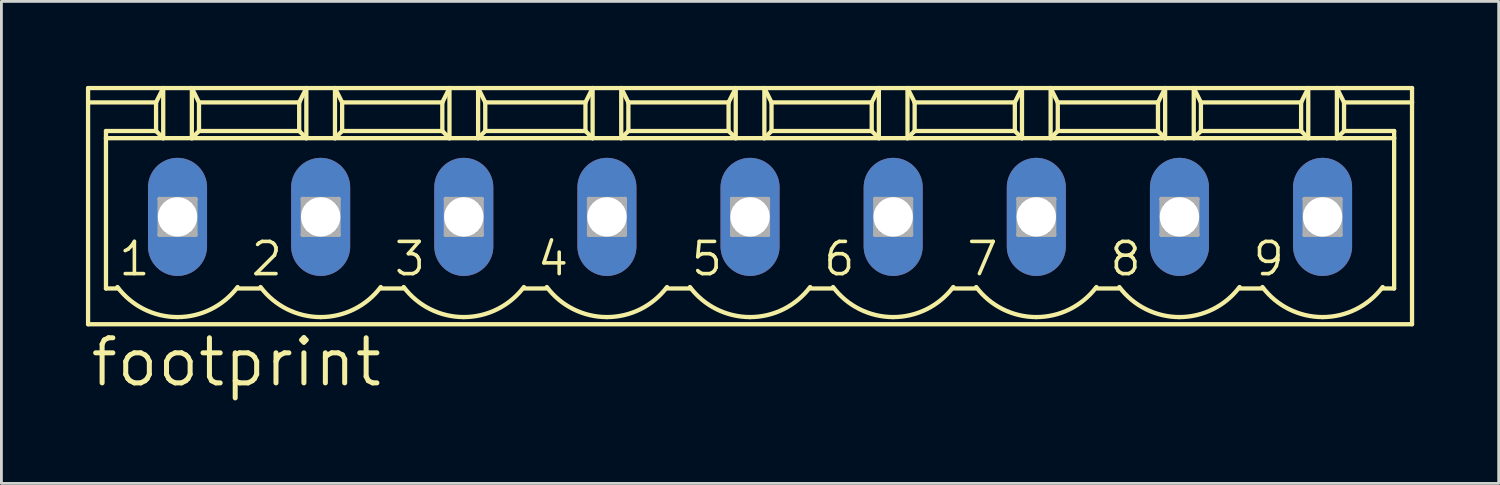
<source format=kicad_pcb>
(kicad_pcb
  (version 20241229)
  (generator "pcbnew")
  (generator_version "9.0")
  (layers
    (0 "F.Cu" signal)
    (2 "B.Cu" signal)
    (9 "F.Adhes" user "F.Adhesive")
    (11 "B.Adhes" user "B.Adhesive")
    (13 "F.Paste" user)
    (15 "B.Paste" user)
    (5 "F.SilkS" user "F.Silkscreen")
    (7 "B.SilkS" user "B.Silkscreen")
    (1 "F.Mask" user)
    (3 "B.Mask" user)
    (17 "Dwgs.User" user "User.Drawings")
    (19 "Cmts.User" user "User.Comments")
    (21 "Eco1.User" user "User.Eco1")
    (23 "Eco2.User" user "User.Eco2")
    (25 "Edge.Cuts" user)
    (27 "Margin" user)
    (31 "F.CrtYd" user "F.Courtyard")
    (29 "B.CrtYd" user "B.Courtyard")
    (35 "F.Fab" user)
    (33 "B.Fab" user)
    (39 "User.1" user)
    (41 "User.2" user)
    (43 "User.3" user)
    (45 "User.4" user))
  (footprint "footprint"
    (layer "F.Cu")
    (at 23.571 4.648)
    (property "Reference" "footprint" (at -23.495 6.096 0) (layer "F.SilkS") (effects (font (size 1.6 1.6) (thickness 0.178)) (justify left bottom)))
    (fp_line (start -23.495 -4.572) (end -23.495 -4.064) (stroke (width 0.152) (type solid)) (layer "F.SilkS"))
    (fp_line (start -23.495 -4.572) (end -20.828 -4.572) (stroke (width 0.152) (type solid)) (layer "F.SilkS"))
    (fp_line (start -23.495 -4.064) (end -23.495 3.81) (stroke (width 0.152) (type solid)) (layer "F.SilkS"))
    (fp_line (start -23.495 -4.064) (end -21.082 -4.064) (stroke (width 0.152) (type solid)) (layer "F.SilkS"))
    (fp_line (start -23.495 3.81) (end 23.495 3.81) (stroke (width 0.152) (type solid)) (layer "F.SilkS"))
    (fp_line (start -22.86 -2.794) (end -22.86 -3.048) (stroke (width 0.152) (type solid)) (layer "F.SilkS"))
    (fp_line (start -22.86 -2.794) (end -20.828 -2.794) (stroke (width 0.152) (type solid)) (layer "F.SilkS"))
    (fp_line (start -22.86 2.54) (end -22.86 -2.794) (stroke (width 0.152) (type solid)) (layer "F.SilkS"))
    (fp_line (start -22.86 2.54) (end -22.428 2.54) (stroke (width 0.152) (type solid)) (layer "F.SilkS"))
    (fp_line (start -21.082 -4.064) (end -21.082 -3.048) (stroke (width 0.152) (type solid)) (layer "F.SilkS"))
    (fp_line (start -21.082 -4.064) (end -20.828 -4.572) (stroke (width 0.152) (type solid)) (layer "F.SilkS"))
    (fp_line (start -21.082 -3.048) (end -22.86 -3.048) (stroke (width 0.152) (type solid)) (layer "F.SilkS"))
    (fp_line (start -21.082 -3.048) (end -20.828 -2.794) (stroke (width 0.152) (type solid)) (layer "F.SilkS"))
    (fp_line (start -20.828 -4.572) (end -19.812 -4.572) (stroke (width 0.152) (type solid)) (layer "F.SilkS"))
    (fp_line (start -20.828 -2.794) (end -20.828 -4.572) (stroke (width 0.152) (type solid)) (layer "F.SilkS"))
    (fp_line (start -20.828 -2.794) (end -19.812 -2.794) (stroke (width 0.152) (type solid)) (layer "F.SilkS"))
    (fp_line (start -19.812 -4.572) (end -19.558 -4.064) (stroke (width 0.152) (type solid)) (layer "F.SilkS"))
    (fp_line (start -19.812 -4.572) (end -15.748 -4.572) (stroke (width 0.152) (type solid)) (layer "F.SilkS"))
    (fp_line (start -19.812 -2.794) (end -19.812 -4.572) (stroke (width 0.152) (type solid)) (layer "F.SilkS"))
    (fp_line (start -19.812 -2.794) (end -15.748 -2.794) (stroke (width 0.152) (type solid)) (layer "F.SilkS"))
    (fp_line (start -19.558 -4.064) (end -19.558 -3.048) (stroke (width 0.152) (type solid)) (layer "F.SilkS"))
    (fp_line (start -19.558 -4.064) (end -16.002 -4.064) (stroke (width 0.152) (type solid)) (layer "F.SilkS"))
    (fp_line (start -19.558 -3.048) (end -19.812 -2.794) (stroke (width 0.152) (type solid)) (layer "F.SilkS"))
    (fp_line (start -18.161 2.54) (end -17.399 2.54) (stroke (width 0.152) (type solid)) (layer "F.SilkS"))
    (fp_line (start -16.002 -4.064) (end -16.002 -3.048) (stroke (width 0.152) (type solid)) (layer "F.SilkS"))
    (fp_line (start -16.002 -4.064) (end -15.748 -4.572) (stroke (width 0.152) (type solid)) (layer "F.SilkS"))
    (fp_line (start -16.002 -3.048) (end -19.558 -3.048) (stroke (width 0.152) (type solid)) (layer "F.SilkS"))
    (fp_line (start -16.002 -3.048) (end -15.748 -2.794) (stroke (width 0.152) (type solid)) (layer "F.SilkS"))
    (fp_line (start -15.748 -4.572) (end -14.732 -4.572) (stroke (width 0.152) (type solid)) (layer "F.SilkS"))
    (fp_line (start -15.748 -2.794) (end -15.748 -4.572) (stroke (width 0.152) (type solid)) (layer "F.SilkS"))
    (fp_line (start -15.748 -2.794) (end -14.732 -2.794) (stroke (width 0.152) (type solid)) (layer "F.SilkS"))
    (fp_line (start -14.732 -4.572) (end -14.478 -4.064) (stroke (width 0.152) (type solid)) (layer "F.SilkS"))
    (fp_line (start -14.732 -4.572) (end -10.668 -4.572) (stroke (width 0.152) (type solid)) (layer "F.SilkS"))
    (fp_line (start -14.732 -2.794) (end -14.732 -4.572) (stroke (width 0.152) (type solid)) (layer "F.SilkS"))
    (fp_line (start -14.732 -2.794) (end -10.668 -2.794) (stroke (width 0.152) (type solid)) (layer "F.SilkS"))
    (fp_line (start -14.478 -4.064) (end -14.478 -3.048) (stroke (width 0.152) (type solid)) (layer "F.SilkS"))
    (fp_line (start -14.478 -4.064) (end -10.922 -4.064) (stroke (width 0.152) (type solid)) (layer "F.SilkS"))
    (fp_line (start -14.478 -3.048) (end -14.732 -2.794) (stroke (width 0.152) (type solid)) (layer "F.SilkS"))
    (fp_line (start -13.081 2.54) (end -12.319 2.54) (stroke (width 0.152) (type solid)) (layer "F.SilkS"))
    (fp_line (start -10.922 -4.064) (end -10.922 -3.048) (stroke (width 0.152) (type solid)) (layer "F.SilkS"))
    (fp_line (start -10.922 -4.064) (end -10.668 -4.572) (stroke (width 0.152) (type solid)) (layer "F.SilkS"))
    (fp_line (start -10.922 -3.048) (end -14.478 -3.048) (stroke (width 0.152) (type solid)) (layer "F.SilkS"))
    (fp_line (start -10.922 -3.048) (end -10.668 -2.794) (stroke (width 0.152) (type solid)) (layer "F.SilkS"))
    (fp_line (start -10.668 -4.572) (end -9.652 -4.572) (stroke (width 0.152) (type solid)) (layer "F.SilkS"))
    (fp_line (start -10.668 -2.794) (end -10.668 -4.572) (stroke (width 0.152) (type solid)) (layer "F.SilkS"))
    (fp_line (start -10.668 -2.794) (end -9.652 -2.794) (stroke (width 0.152) (type solid)) (layer "F.SilkS"))
    (fp_line (start -9.652 -4.572) (end -9.398 -4.064) (stroke (width 0.152) (type solid)) (layer "F.SilkS"))
    (fp_line (start -9.652 -4.572) (end -5.588 -4.572) (stroke (width 0.152) (type solid)) (layer "F.SilkS"))
    (fp_line (start -9.652 -2.794) (end -9.652 -4.572) (stroke (width 0.152) (type solid)) (layer "F.SilkS"))
    (fp_line (start -9.652 -2.794) (end -5.588 -2.794) (stroke (width 0.152) (type solid)) (layer "F.SilkS"))
    (fp_line (start -9.398 -4.064) (end -9.398 -3.048) (stroke (width 0.152) (type solid)) (layer "F.SilkS"))
    (fp_line (start -9.398 -4.064) (end -5.842 -4.064) (stroke (width 0.152) (type solid)) (layer "F.SilkS"))
    (fp_line (start -9.398 -3.048) (end -9.652 -2.794) (stroke (width 0.152) (type solid)) (layer "F.SilkS"))
    (fp_line (start -9.398 -3.048) (end -5.842 -3.048) (stroke (width 0.152) (type solid)) (layer "F.SilkS"))
    (fp_line (start -8.001 2.54) (end -7.239 2.54) (stroke (width 0.152) (type solid)) (layer "F.SilkS"))
    (fp_line (start -5.842 -4.064) (end -5.842 -3.048) (stroke (width 0.152) (type solid)) (layer "F.SilkS"))
    (fp_line (start -5.842 -4.064) (end -5.588 -4.572) (stroke (width 0.152) (type solid)) (layer "F.SilkS"))
    (fp_line (start -5.842 -3.048) (end -5.588 -2.794) (stroke (width 0.152) (type solid)) (layer "F.SilkS"))
    (fp_line (start -5.588 -4.572) (end -4.572 -4.572) (stroke (width 0.152) (type solid)) (layer "F.SilkS"))
    (fp_line (start -5.588 -2.794) (end -5.588 -4.572) (stroke (width 0.152) (type solid)) (layer "F.SilkS"))
    (fp_line (start -5.588 -2.794) (end -4.572 -2.794) (stroke (width 0.152) (type solid)) (layer "F.SilkS"))
    (fp_line (start -4.572 -4.572) (end -4.318 -4.064) (stroke (width 0.152) (type solid)) (layer "F.SilkS"))
    (fp_line (start -4.572 -4.572) (end -0.508 -4.572) (stroke (width 0.152) (type solid)) (layer "F.SilkS"))
    (fp_line (start -4.572 -2.794) (end -4.572 -4.572) (stroke (width 0.152) (type solid)) (layer "F.SilkS"))
    (fp_line (start -4.572 -2.794) (end -0.508 -2.794) (stroke (width 0.152) (type solid)) (layer "F.SilkS"))
    (fp_line (start -4.318 -4.064) (end -4.318 -3.048) (stroke (width 0.152) (type solid)) (layer "F.SilkS"))
    (fp_line (start -4.318 -4.064) (end -0.762 -4.064) (stroke (width 0.152) (type solid)) (layer "F.SilkS"))
    (fp_line (start -4.318 -3.048) (end -4.572 -2.794) (stroke (width 0.152) (type solid)) (layer "F.SilkS"))
    (fp_line (start -2.972 2.54) (end -2.108 2.54) (stroke (width 0.152) (type solid)) (layer "F.SilkS"))
    (fp_line (start -0.762 -4.064) (end -0.762 -3.048) (stroke (width 0.152) (type solid)) (layer "F.SilkS"))
    (fp_line (start -0.762 -4.064) (end -0.508 -4.572) (stroke (width 0.152) (type solid)) (layer "F.SilkS"))
    (fp_line (start -0.762 -3.048) (end -4.318 -3.048) (stroke (width 0.152) (type solid)) (layer "F.SilkS"))
    (fp_line (start -0.762 -3.048) (end -0.508 -2.794) (stroke (width 0.152) (type solid)) (layer "F.SilkS"))
    (fp_line (start -0.508 -4.572) (end 0.508 -4.572) (stroke (width 0.152) (type solid)) (layer "F.SilkS"))
    (fp_line (start -0.508 -2.794) (end -0.508 -4.572) (stroke (width 0.152) (type solid)) (layer "F.SilkS"))
    (fp_line (start -0.508 -2.794) (end 0.508 -2.794) (stroke (width 0.152) (type solid)) (layer "F.SilkS"))
    (fp_line (start 0.508 -4.572) (end 0.762 -4.064) (stroke (width 0.152) (type solid)) (layer "F.SilkS"))
    (fp_line (start 0.508 -4.572) (end 4.572 -4.572) (stroke (width 0.152) (type solid)) (layer "F.SilkS"))
    (fp_line (start 0.508 -2.794) (end 0.508 -4.572) (stroke (width 0.152) (type solid)) (layer "F.SilkS"))
    (fp_line (start 0.508 -2.794) (end 4.572 -2.794) (stroke (width 0.152) (type solid)) (layer "F.SilkS"))
    (fp_line (start 0.762 -4.064) (end 0.762 -3.048) (stroke (width 0.152) (type solid)) (layer "F.SilkS"))
    (fp_line (start 0.762 -4.064) (end 4.318 -4.064) (stroke (width 0.152) (type solid)) (layer "F.SilkS"))
    (fp_line (start 0.762 -3.048) (end 0.508 -2.794) (stroke (width 0.152) (type solid)) (layer "F.SilkS"))
    (fp_line (start 2.159 2.54) (end 2.921 2.54) (stroke (width 0.152) (type solid)) (layer "F.SilkS"))
    (fp_line (start 4.318 -4.064) (end 4.318 -3.048) (stroke (width 0.152) (type solid)) (layer "F.SilkS"))
    (fp_line (start 4.318 -4.064) (end 4.572 -4.572) (stroke (width 0.152) (type solid)) (layer "F.SilkS"))
    (fp_line (start 4.318 -3.048) (end 0.762 -3.048) (stroke (width 0.152) (type solid)) (layer "F.SilkS"))
    (fp_line (start 4.318 -3.048) (end 4.572 -2.794) (stroke (width 0.152) (type solid)) (layer "F.SilkS"))
    (fp_line (start 4.572 -4.572) (end 5.588 -4.572) (stroke (width 0.152) (type solid)) (layer "F.SilkS"))
    (fp_line (start 4.572 -2.794) (end 4.572 -4.572) (stroke (width 0.152) (type solid)) (layer "F.SilkS"))
    (fp_line (start 4.572 -2.794) (end 5.588 -2.794) (stroke (width 0.152) (type solid)) (layer "F.SilkS"))
    (fp_line (start 5.588 -4.572) (end 5.842 -4.064) (stroke (width 0.152) (type solid)) (layer "F.SilkS"))
    (fp_line (start 5.588 -4.572) (end 9.652 -4.572) (stroke (width 0.152) (type solid)) (layer "F.SilkS"))
    (fp_line (start 5.588 -2.794) (end 5.588 -4.572) (stroke (width 0.152) (type solid)) (layer "F.SilkS"))
    (fp_line (start 5.588 -2.794) (end 9.652 -2.794) (stroke (width 0.152) (type solid)) (layer "F.SilkS"))
    (fp_line (start 5.842 -4.064) (end 5.842 -3.048) (stroke (width 0.152) (type solid)) (layer "F.SilkS"))
    (fp_line (start 5.842 -4.064) (end 9.398 -4.064) (stroke (width 0.152) (type solid)) (layer "F.SilkS"))
    (fp_line (start 5.842 -3.048) (end 5.588 -2.794) (stroke (width 0.152) (type solid)) (layer "F.SilkS"))
    (fp_line (start 7.239 2.54) (end 8.001 2.54) (stroke (width 0.152) (type solid)) (layer "F.SilkS"))
    (fp_line (start 9.398 -4.064) (end 9.398 -3.048) (stroke (width 0.152) (type solid)) (layer "F.SilkS"))
    (fp_line (start 9.398 -4.064) (end 9.652 -4.572) (stroke (width 0.152) (type solid)) (layer "F.SilkS"))
    (fp_line (start 9.398 -3.048) (end 5.842 -3.048) (stroke (width 0.152) (type solid)) (layer "F.SilkS"))
    (fp_line (start 9.398 -3.048) (end 9.652 -2.794) (stroke (width 0.152) (type solid)) (layer "F.SilkS"))
    (fp_line (start 9.652 -4.572) (end 10.668 -4.572) (stroke (width 0.152) (type solid)) (layer "F.SilkS"))
    (fp_line (start 9.652 -2.794) (end 9.652 -4.572) (stroke (width 0.152) (type solid)) (layer "F.SilkS"))
    (fp_line (start 9.652 -2.794) (end 10.668 -2.794) (stroke (width 0.152) (type solid)) (layer "F.SilkS"))
    (fp_line (start 10.668 -4.572) (end 10.922 -4.064) (stroke (width 0.152) (type solid)) (layer "F.SilkS"))
    (fp_line (start 10.668 -4.572) (end 14.732 -4.572) (stroke (width 0.152) (type solid)) (layer "F.SilkS"))
    (fp_line (start 10.668 -2.794) (end 10.668 -4.572) (stroke (width 0.152) (type solid)) (layer "F.SilkS"))
    (fp_line (start 10.668 -2.794) (end 14.732 -2.794) (stroke (width 0.152) (type solid)) (layer "F.SilkS"))
    (fp_line (start 10.922 -4.064) (end 10.922 -3.048) (stroke (width 0.152) (type solid)) (layer "F.SilkS"))
    (fp_line (start 10.922 -4.064) (end 14.478 -4.064) (stroke (width 0.152) (type solid)) (layer "F.SilkS"))
    (fp_line (start 10.922 -3.048) (end 10.668 -2.794) (stroke (width 0.152) (type solid)) (layer "F.SilkS"))
    (fp_line (start 10.922 -3.048) (end 14.478 -3.048) (stroke (width 0.152) (type solid)) (layer "F.SilkS"))
    (fp_line (start 12.319 2.54) (end 13.081 2.54) (stroke (width 0.152) (type solid)) (layer "F.SilkS"))
    (fp_line (start 14.478 -4.064) (end 14.478 -3.048) (stroke (width 0.152) (type solid)) (layer "F.SilkS"))
    (fp_line (start 14.478 -4.064) (end 14.732 -4.572) (stroke (width 0.152) (type solid)) (layer "F.SilkS"))
    (fp_line (start 14.478 -3.048) (end 14.732 -2.794) (stroke (width 0.152) (type solid)) (layer "F.SilkS"))
    (fp_line (start 14.732 -4.572) (end 15.748 -4.572) (stroke (width 0.152) (type solid)) (layer "F.SilkS"))
    (fp_line (start 14.732 -2.794) (end 14.732 -4.572) (stroke (width 0.152) (type solid)) (layer "F.SilkS"))
    (fp_line (start 14.732 -2.794) (end 15.748 -2.794) (stroke (width 0.152) (type solid)) (layer "F.SilkS"))
    (fp_line (start 15.748 -4.572) (end 16.002 -4.064) (stroke (width 0.152) (type solid)) (layer "F.SilkS"))
    (fp_line (start 15.748 -4.572) (end 19.812 -4.572) (stroke (width 0.152) (type solid)) (layer "F.SilkS"))
    (fp_line (start 15.748 -2.794) (end 15.748 -4.572) (stroke (width 0.152) (type solid)) (layer "F.SilkS"))
    (fp_line (start 15.748 -2.794) (end 19.812 -2.794) (stroke (width 0.152) (type solid)) (layer "F.SilkS"))
    (fp_line (start 16.002 -4.064) (end 16.002 -3.048) (stroke (width 0.152) (type solid)) (layer "F.SilkS"))
    (fp_line (start 16.002 -4.064) (end 19.558 -4.064) (stroke (width 0.152) (type solid)) (layer "F.SilkS"))
    (fp_line (start 16.002 -3.048) (end 15.748 -2.794) (stroke (width 0.152) (type solid)) (layer "F.SilkS"))
    (fp_line (start 16.002 -3.048) (end 19.558 -3.048) (stroke (width 0.152) (type solid)) (layer "F.SilkS"))
    (fp_line (start 17.399 2.54) (end 18.161 2.54) (stroke (width 0.152) (type solid)) (layer "F.SilkS"))
    (fp_line (start 19.558 -4.064) (end 19.558 -3.048) (stroke (width 0.152) (type solid)) (layer "F.SilkS"))
    (fp_line (start 19.558 -4.064) (end 19.812 -4.572) (stroke (width 0.152) (type solid)) (layer "F.SilkS"))
    (fp_line (start 19.558 -3.048) (end 19.812 -2.794) (stroke (width 0.152) (type solid)) (layer "F.SilkS"))
    (fp_line (start 19.812 -4.572) (end 20.828 -4.572) (stroke (width 0.152) (type solid)) (layer "F.SilkS"))
    (fp_line (start 19.812 -2.794) (end 19.812 -4.572) (stroke (width 0.152) (type solid)) (layer "F.SilkS"))
    (fp_line (start 19.812 -2.794) (end 20.828 -2.794) (stroke (width 0.152) (type solid)) (layer "F.SilkS"))
    (fp_line (start 20.828 -4.572) (end 21.082 -4.064) (stroke (width 0.152) (type solid)) (layer "F.SilkS"))
    (fp_line (start 20.828 -4.572) (end 23.495 -4.572) (stroke (width 0.152) (type solid)) (layer "F.SilkS"))
    (fp_line (start 20.828 -2.794) (end 20.828 -4.572) (stroke (width 0.152) (type solid)) (layer "F.SilkS"))
    (fp_line (start 20.828 -2.794) (end 22.86 -2.794) (stroke (width 0.152) (type solid)) (layer "F.SilkS"))
    (fp_line (start 21.082 -4.064) (end 21.082 -3.048) (stroke (width 0.152) (type solid)) (layer "F.SilkS"))
    (fp_line (start 21.082 -4.064) (end 23.495 -4.064) (stroke (width 0.152) (type solid)) (layer "F.SilkS"))
    (fp_line (start 21.082 -3.048) (end 20.828 -2.794) (stroke (width 0.152) (type solid)) (layer "F.SilkS"))
    (fp_line (start 21.082 -3.048) (end 22.86 -3.048) (stroke (width 0.152) (type solid)) (layer "F.SilkS"))
    (fp_line (start 22.428 2.54) (end 22.86 2.54) (stroke (width 0.152) (type solid)) (layer "F.SilkS"))
    (fp_line (start 22.86 -3.048) (end 22.86 -2.794) (stroke (width 0.152) (type solid)) (layer "F.SilkS"))
    (fp_line (start 22.86 -2.794) (end 22.86 2.54) (stroke (width 0.152) (type solid)) (layer "F.SilkS"))
    (fp_line (start 23.495 -4.064) (end 23.495 -4.572) (stroke (width 0.152) (type solid)) (layer "F.SilkS"))
    (fp_line (start 23.495 3.81) (end 23.495 -4.064) (stroke (width 0.152) (type solid)) (layer "F.SilkS"))
    (fp_arc (start -20.319999 3.556) (mid -21.512718 3.274437) (end -22.4536 2.4892) (stroke (width 0.1524) (type solid)) (layer "F.SilkS"))
    (fp_arc (start -18.186399 2.4892) (mid -19.127281 3.274438) (end -20.32 3.556) (stroke (width 0.1524) (type solid)) (layer "F.SilkS"))
    (fp_arc (start -15.239999 3.556) (mid -16.432718 3.274437) (end -17.3736 2.4892) (stroke (width 0.1524) (type solid)) (layer "F.SilkS"))
    (fp_arc (start -13.106399 2.4892) (mid -14.047281 3.274438) (end -15.24 3.556) (stroke (width 0.1524) (type solid)) (layer "F.SilkS"))
    (fp_arc (start -10.159999 3.556) (mid -11.352718 3.274437) (end -12.2936 2.4892) (stroke (width 0.1524) (type solid)) (layer "F.SilkS"))
    (fp_arc (start -8.026399 2.4892) (mid -8.967281 3.274438) (end -10.16 3.556) (stroke (width 0.1524) (type solid)) (layer "F.SilkS"))
    (fp_arc (start -5.079999 3.556) (mid -6.272718 3.274437) (end -7.2136 2.4892) (stroke (width 0.1524) (type solid)) (layer "F.SilkS"))
    (fp_arc (start -2.946399 2.4892) (mid -3.887281 3.274438) (end -5.08 3.556) (stroke (width 0.1524) (type solid)) (layer "F.SilkS"))
    (fp_arc (start 0.000001 3.556) (mid -1.192718 3.274438) (end -2.1336 2.4892) (stroke (width 0.1524) (type solid)) (layer "F.SilkS"))
    (fp_arc (start 2.133601 2.4892) (mid 1.192719 3.274438) (end 0 3.556) (stroke (width 0.1524) (type solid)) (layer "F.SilkS"))
    (fp_arc (start 5.080001 3.556) (mid 3.887282 3.274438) (end 2.9464 2.4892) (stroke (width 0.1524) (type solid)) (layer "F.SilkS"))
    (fp_arc (start 7.2136 2.489199) (mid 6.272719 3.274437) (end 5.08 3.556) (stroke (width 0.1524) (type solid)) (layer "F.SilkS"))
    (fp_arc (start 10.160001 3.556) (mid 8.967282 3.274438) (end 8.0264 2.4892) (stroke (width 0.1524) (type solid)) (layer "F.SilkS"))
    (fp_arc (start 12.2936 2.489199) (mid 11.352719 3.274437) (end 10.16 3.556) (stroke (width 0.1524) (type solid)) (layer "F.SilkS"))
    (fp_arc (start 15.240001 3.556) (mid 14.047282 3.274438) (end 13.1064 2.4892) (stroke (width 0.1524) (type solid)) (layer "F.SilkS"))
    (fp_arc (start 17.3736 2.489199) (mid 16.432719 3.274437) (end 15.24 3.556) (stroke (width 0.1524) (type solid)) (layer "F.SilkS"))
    (fp_arc (start 20.320001 3.556) (mid 19.127282 3.274438) (end 18.1864 2.4892) (stroke (width 0.1524) (type solid)) (layer "F.SilkS"))
    (fp_arc (start 22.4536 2.489199) (mid 21.512719 3.274437) (end 20.32 3.556) (stroke (width 0.1524) (type solid)) (layer "F.SilkS"))
    (fp_line (start -20.955 -0.635) (end -20.955 0.635) (stroke (width 0.152) (type solid)) (layer "F.Fab"))
    (fp_line (start -20.955 -0.635) (end -19.685 0.635) (stroke (width 0.152) (type solid)) (layer "F.Fab"))
    (fp_line (start -20.955 0.635) (end -19.685 -0.635) (stroke (width 0.152) (type solid)) (layer "F.Fab"))
    (fp_line (start -20.955 0.635) (end -19.685 0.635) (stroke (width 0.152) (type solid)) (layer "F.Fab"))
    (fp_line (start -19.685 -0.635) (end -20.955 -0.635) (stroke (width 0.152) (type solid)) (layer "F.Fab"))
    (fp_line (start -19.685 0.635) (end -19.685 -0.635) (stroke (width 0.152) (type solid)) (layer "F.Fab"))
    (fp_line (start -15.875 -0.635) (end -15.875 0.635) (stroke (width 0.152) (type solid)) (layer "F.Fab"))
    (fp_line (start -15.875 -0.635) (end -14.605 0.635) (stroke (width 0.152) (type solid)) (layer "F.Fab"))
    (fp_line (start -15.875 0.635) (end -14.605 -0.635) (stroke (width 0.152) (type solid)) (layer "F.Fab"))
    (fp_line (start -15.875 0.635) (end -14.605 0.635) (stroke (width 0.152) (type solid)) (layer "F.Fab"))
    (fp_line (start -14.605 -0.635) (end -15.875 -0.635) (stroke (width 0.152) (type solid)) (layer "F.Fab"))
    (fp_line (start -14.605 0.635) (end -14.605 -0.635) (stroke (width 0.152) (type solid)) (layer "F.Fab"))
    (fp_line (start -10.795 -0.635) (end -10.795 0.635) (stroke (width 0.152) (type solid)) (layer "F.Fab"))
    (fp_line (start -10.795 -0.635) (end -9.525 0.635) (stroke (width 0.152) (type solid)) (layer "F.Fab"))
    (fp_line (start -10.795 0.635) (end -9.525 -0.635) (stroke (width 0.152) (type solid)) (layer "F.Fab"))
    (fp_line (start -10.795 0.635) (end -9.525 0.635) (stroke (width 0.152) (type solid)) (layer "F.Fab"))
    (fp_line (start -9.525 -0.635) (end -10.795 -0.635) (stroke (width 0.152) (type solid)) (layer "F.Fab"))
    (fp_line (start -9.525 0.635) (end -9.525 -0.635) (stroke (width 0.152) (type solid)) (layer "F.Fab"))
    (fp_line (start -5.715 -0.635) (end -5.715 0.635) (stroke (width 0.152) (type solid)) (layer "F.Fab"))
    (fp_line (start -5.715 -0.635) (end -4.445 0.635) (stroke (width 0.152) (type solid)) (layer "F.Fab"))
    (fp_line (start -5.715 0.635) (end -4.445 -0.635) (stroke (width 0.152) (type solid)) (layer "F.Fab"))
    (fp_line (start -5.715 0.635) (end -4.445 0.635) (stroke (width 0.152) (type solid)) (layer "F.Fab"))
    (fp_line (start -4.445 -0.635) (end -5.715 -0.635) (stroke (width 0.152) (type solid)) (layer "F.Fab"))
    (fp_line (start -4.445 0.635) (end -4.445 -0.635) (stroke (width 0.152) (type solid)) (layer "F.Fab"))
    (fp_line (start -0.635 -0.635) (end -0.635 0.635) (stroke (width 0.152) (type solid)) (layer "F.Fab"))
    (fp_line (start -0.635 -0.635) (end 0.635 0.635) (stroke (width 0.152) (type solid)) (layer "F.Fab"))
    (fp_line (start -0.635 0.635) (end 0.635 -0.635) (stroke (width 0.152) (type solid)) (layer "F.Fab"))
    (fp_line (start -0.635 0.635) (end 0.635 0.635) (stroke (width 0.152) (type solid)) (layer "F.Fab"))
    (fp_line (start 0.635 -0.635) (end -0.635 -0.635) (stroke (width 0.152) (type solid)) (layer "F.Fab"))
    (fp_line (start 0.635 0.635) (end 0.635 -0.635) (stroke (width 0.152) (type solid)) (layer "F.Fab"))
    (fp_line (start 4.445 -0.635) (end 4.445 0.635) (stroke (width 0.152) (type solid)) (layer "F.Fab"))
    (fp_line (start 4.445 -0.635) (end 5.715 0.635) (stroke (width 0.152) (type solid)) (layer "F.Fab"))
    (fp_line (start 4.445 0.635) (end 5.715 -0.635) (stroke (width 0.152) (type solid)) (layer "F.Fab"))
    (fp_line (start 4.445 0.635) (end 5.715 0.635) (stroke (width 0.152) (type solid)) (layer "F.Fab"))
    (fp_line (start 5.715 -0.635) (end 4.445 -0.635) (stroke (width 0.152) (type solid)) (layer "F.Fab"))
    (fp_line (start 5.715 0.635) (end 5.715 -0.635) (stroke (width 0.152) (type solid)) (layer "F.Fab"))
    (fp_line (start 9.525 -0.635) (end 9.525 0.635) (stroke (width 0.152) (type solid)) (layer "F.Fab"))
    (fp_line (start 9.525 -0.635) (end 10.795 0.635) (stroke (width 0.152) (type solid)) (layer "F.Fab"))
    (fp_line (start 9.525 0.635) (end 10.795 -0.635) (stroke (width 0.152) (type solid)) (layer "F.Fab"))
    (fp_line (start 9.525 0.635) (end 10.795 0.635) (stroke (width 0.152) (type solid)) (layer "F.Fab"))
    (fp_line (start 10.795 -0.635) (end 9.525 -0.635) (stroke (width 0.152) (type solid)) (layer "F.Fab"))
    (fp_line (start 10.795 0.635) (end 10.795 -0.635) (stroke (width 0.152) (type solid)) (layer "F.Fab"))
    (fp_line (start 14.605 -0.635) (end 14.605 0.635) (stroke (width 0.152) (type solid)) (layer "F.Fab"))
    (fp_line (start 14.605 -0.635) (end 15.875 0.635) (stroke (width 0.152) (type solid)) (layer "F.Fab"))
    (fp_line (start 14.605 0.635) (end 15.875 -0.635) (stroke (width 0.152) (type solid)) (layer "F.Fab"))
    (fp_line (start 14.605 0.635) (end 15.875 0.635) (stroke (width 0.152) (type solid)) (layer "F.Fab"))
    (fp_line (start 15.875 -0.635) (end 14.605 -0.635) (stroke (width 0.152) (type solid)) (layer "F.Fab"))
    (fp_line (start 15.875 0.635) (end 15.875 -0.635) (stroke (width 0.152) (type solid)) (layer "F.Fab"))
    (fp_line (start 19.685 -0.635) (end 19.685 0.635) (stroke (width 0.152) (type solid)) (layer "F.Fab"))
    (fp_line (start 19.685 -0.635) (end 20.955 0.635) (stroke (width 0.152) (type solid)) (layer "F.Fab"))
    (fp_line (start 19.685 0.635) (end 20.955 -0.635) (stroke (width 0.152) (type solid)) (layer "F.Fab"))
    (fp_line (start 19.685 0.635) (end 20.955 0.635) (stroke (width 0.152) (type solid)) (layer "F.Fab"))
    (fp_line (start 20.955 -0.635) (end 19.685 -0.635) (stroke (width 0.152) (type solid)) (layer "F.Fab"))
    (fp_line (start 20.955 0.635) (end 20.955 -0.635) (stroke (width 0.152) (type solid)) (layer "F.Fab"))
    (fp_text user "6" (at 2.54 2.159 0) (layer "F.SilkS") (effects (font (size 1.143 1.143) (thickness 0.127)) (justify left bottom)))
    (fp_text user "3" (at -12.7 2.159 0) (layer "F.SilkS") (effects (font (size 1.143 1.143) (thickness 0.127)) (justify left bottom)))
    (fp_text user "8" (at 12.7 2.159 0) (layer "F.SilkS") (effects (font (size 1.143 1.143) (thickness 0.127)) (justify left bottom)))
    (fp_text user "4" (at -7.62 2.159 0) (layer "F.SilkS") (effects (font (size 1.143 1.143) (thickness 0.127)) (justify left bottom)))
    (fp_text user "9" (at 17.78 2.159 0) (layer "F.SilkS") (effects (font (size 1.143 1.143) (thickness 0.127)) (justify left bottom)))
    (fp_text user "1" (at -22.479 2.159 0) (layer "F.SilkS") (effects (font (size 1.143 1.143) (thickness 0.127)) (justify left bottom)))
    (fp_text user "5" (at -2.159 2.159 0) (layer "F.SilkS") (effects (font (size 1.143 1.143) (thickness 0.127)) (justify left bottom)))
    (fp_text user "2" (at -17.78 2.159 0) (layer "F.SilkS") (effects (font (size 1.143 1.143) (thickness 0.127)) (justify left bottom)))
    (fp_text user "7" (at 7.62 2.159 0) (layer "F.SilkS") (effects (font (size 1.143 1.143) (thickness 0.127)) (justify left bottom)))
    (pad "1" thru_hole oval (at -20.32 0 90) (size 4.191 2.095) (drill 1.397) (layers "*.Cu" "*.Mask"))
    (pad "2" thru_hole oval (at -15.24 0 90) (size 4.191 2.095) (drill 1.397) (layers "*.Cu" "*.Mask"))
    (pad "3" thru_hole oval (at -10.16 0 90) (size 4.191 2.095) (drill 1.397) (layers "*.Cu" "*.Mask"))
    (pad "4" thru_hole oval (at -5.08 0 90) (size 4.191 2.095) (drill 1.397) (layers "*.Cu" "*.Mask"))
    (pad "5" thru_hole oval (at 0 0 90) (size 4.191 2.095) (drill 1.397) (layers "*.Cu" "*.Mask"))
    (pad "6" thru_hole oval (at 5.08 0 90) (size 4.191 2.095) (drill 1.397) (layers "*.Cu" "*.Mask"))
    (pad "7" thru_hole oval (at 10.16 0 90) (size 4.191 2.095) (drill 1.397) (layers "*.Cu" "*.Mask"))
    (pad "8" thru_hole oval (at 15.24 0 90) (size 4.191 2.095) (drill 1.397) (layers "*.Cu" "*.Mask"))
    (pad "9" thru_hole oval (at 20.32 0 90) (size 4.191 2.095) (drill 1.397) (layers "*.Cu" "*.Mask")))
  (gr_rect
    (start -3 -3)
    (end 50.142 14.107)
    (stroke (width 0.1) (type default))
    (fill no)
    (layer "Edge.Cuts")))
</source>
